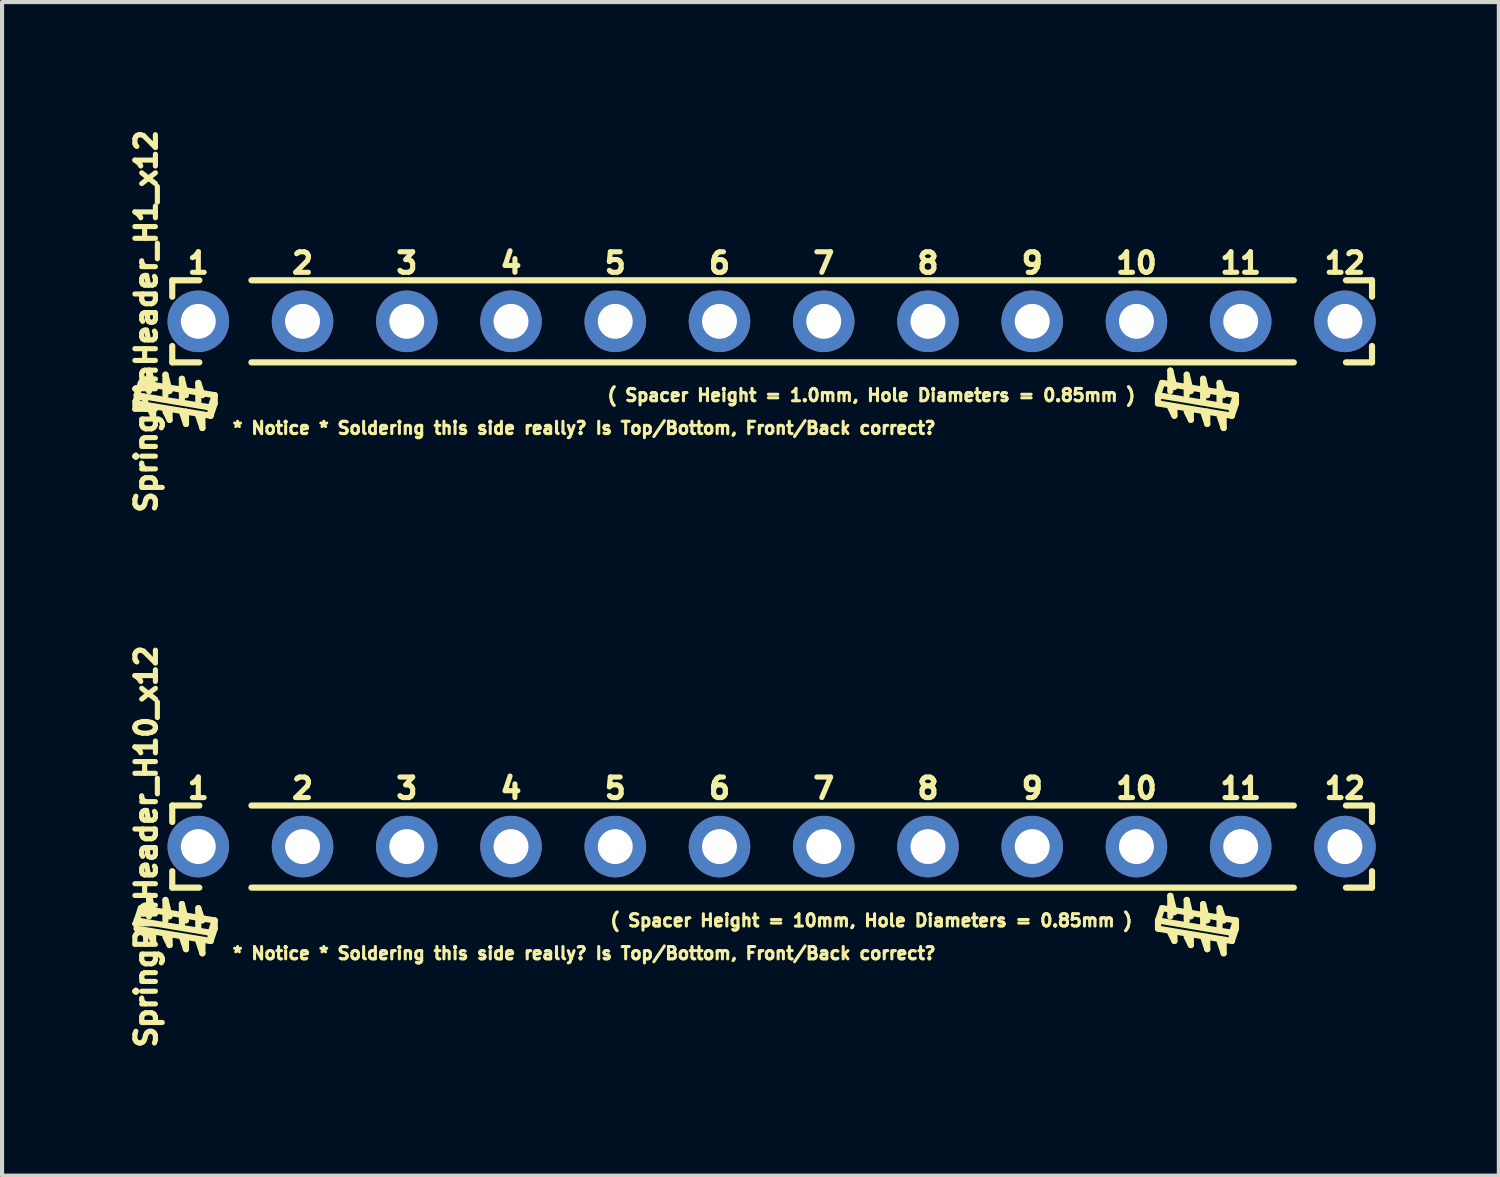
<source format=kicad_pcb>
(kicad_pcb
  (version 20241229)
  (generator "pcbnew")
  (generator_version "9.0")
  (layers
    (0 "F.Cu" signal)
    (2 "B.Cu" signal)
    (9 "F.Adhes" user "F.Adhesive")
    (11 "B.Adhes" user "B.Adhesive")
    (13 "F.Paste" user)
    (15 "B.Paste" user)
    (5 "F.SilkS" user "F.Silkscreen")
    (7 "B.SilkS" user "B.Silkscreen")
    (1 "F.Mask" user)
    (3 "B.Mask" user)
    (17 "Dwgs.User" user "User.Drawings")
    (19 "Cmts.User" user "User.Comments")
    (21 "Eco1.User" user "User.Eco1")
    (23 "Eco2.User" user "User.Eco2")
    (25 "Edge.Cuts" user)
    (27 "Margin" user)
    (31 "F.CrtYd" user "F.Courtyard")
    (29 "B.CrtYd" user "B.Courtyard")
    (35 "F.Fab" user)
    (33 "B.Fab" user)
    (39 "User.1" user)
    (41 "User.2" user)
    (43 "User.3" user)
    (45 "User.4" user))
  (footprint "SpringPinHeader_H10_x12"
    (layer "F.Cu")
    (at 1.782 17.579)
    (property "Reference" "SpringPinHeader_H10_x12" (at -1.27 0 90) (layer "F.SilkS") (effects (font (size 0.5 0.5) (thickness 0.125))))
    (attr through_hole)
    (fp_line (start -1.5 1.8) (end -1.5 2) (stroke (width 0.15) (type solid)) (layer "F.SilkS"))
    (fp_line (start -1.5 1.8) (end 0.3 2.1) (stroke (width 0.15) (type solid)) (layer "F.SilkS"))
    (fp_line (start -1.5 2) (end 0.3 2.3) (stroke (width 0.15) (type solid)) (layer "F.SilkS"))
    (fp_line (start -1.4 1.5) (end -1.5 1.8) (stroke (width 0.15) (type solid)) (layer "F.SilkS"))
    (fp_line (start -1.2 1.2) (end -1.1 1.6) (stroke (width 0.15) (type solid)) (layer "F.SilkS"))
    (fp_line (start -1.2 1.7) (end -1.2 1.2) (stroke (width 0.15) (type solid)) (layer "F.SilkS"))
    (fp_line (start -1.2 2.1) (end -1.1 2.3) (stroke (width 0.15) (type solid)) (layer "F.SilkS"))
    (fp_line (start -1.1 2.3) (end -1.1 2.1) (stroke (width 0.15) (type solid)) (layer "F.SilkS"))
    (fp_line (start -0.8 1.3) (end -0.7 1.7) (stroke (width 0.15) (type solid)) (layer "F.SilkS"))
    (fp_line (start -0.8 1.8) (end -0.8 1.3) (stroke (width 0.15) (type solid)) (layer "F.SilkS"))
    (fp_line (start -0.8 2.2) (end -0.7 2.4) (stroke (width 0.15) (type solid)) (layer "F.SilkS"))
    (fp_line (start -0.7 2.4) (end -0.7 2.2) (stroke (width 0.15) (type solid)) (layer "F.SilkS"))
    (fp_line (start -0.635 -1) (end -0.635 -0.6) (stroke (width 0.15) (type solid)) (layer "F.SilkS"))
    (fp_line (start -0.635 -1) (end 0.025 -1) (stroke (width 0.15) (type solid)) (layer "F.SilkS"))
    (fp_line (start -0.635 1) (end -0.635 0.6) (stroke (width 0.15) (type solid)) (layer "F.SilkS"))
    (fp_line (start -0.635 1) (end 0.025 1) (stroke (width 0.15) (type solid)) (layer "F.SilkS"))
    (fp_line (start -0.4 1.4) (end -0.3 1.8) (stroke (width 0.15) (type solid)) (layer "F.SilkS"))
    (fp_line (start -0.4 1.9) (end -0.4 1.4) (stroke (width 0.15) (type solid)) (layer "F.SilkS"))
    (fp_line (start -0.4 2.2) (end -0.3 2.5) (stroke (width 0.15) (type solid)) (layer "F.SilkS"))
    (fp_line (start -0.3 2.5) (end -0.3 2.2) (stroke (width 0.15) (type solid)) (layer "F.SilkS"))
    (fp_line (start 0 1.5) (end 0.1 1.8) (stroke (width 0.15) (type solid)) (layer "F.SilkS"))
    (fp_line (start 0 2) (end 0 1.5) (stroke (width 0.15) (type solid)) (layer "F.SilkS"))
    (fp_line (start 0 2.3) (end 0.1 2.6) (stroke (width 0.15) (type solid)) (layer "F.SilkS"))
    (fp_line (start 0.1 2.6) (end 0.1 2.3) (stroke (width 0.15) (type solid)) (layer "F.SilkS"))
    (fp_line (start 0.3 2.1) (end 0.4 1.8) (stroke (width 0.15) (type solid)) (layer "F.SilkS"))
    (fp_line (start 0.3 2.3) (end 0.3 2.1) (stroke (width 0.15) (type solid)) (layer "F.SilkS"))
    (fp_line (start 0.4 1.8) (end -1.4 1.5) (stroke (width 0.15) (type solid)) (layer "F.SilkS"))
    (fp_line (start 0.4 1.8) (end 0.4 2) (stroke (width 0.15) (type solid)) (layer "F.SilkS"))
    (fp_line (start 0.4 2) (end 0.3 2.3) (stroke (width 0.15) (type solid)) (layer "F.SilkS"))
    (fp_line (start 1.295 -1) (end 26.695 -1) (stroke (width 0.15) (type solid)) (layer "F.SilkS"))
    (fp_line (start 23.385 1.8) (end 23.385 2) (stroke (width 0.15) (type solid)) (layer "F.SilkS"))
    (fp_line (start 23.385 1.8) (end 25.185 2.1) (stroke (width 0.15) (type solid)) (layer "F.SilkS"))
    (fp_line (start 23.385 2) (end 25.185 2.3) (stroke (width 0.15) (type solid)) (layer "F.SilkS"))
    (fp_line (start 23.485 1.5) (end 23.385 1.8) (stroke (width 0.15) (type solid)) (layer "F.SilkS"))
    (fp_line (start 23.685 1.2) (end 23.785 1.6) (stroke (width 0.15) (type solid)) (layer "F.SilkS"))
    (fp_line (start 23.685 1.7) (end 23.685 1.2) (stroke (width 0.15) (type solid)) (layer "F.SilkS"))
    (fp_line (start 23.685 2.1) (end 23.785 2.3) (stroke (width 0.15) (type solid)) (layer "F.SilkS"))
    (fp_line (start 23.785 2.3) (end 23.785 2.1) (stroke (width 0.15) (type solid)) (layer "F.SilkS"))
    (fp_line (start 24.085 1.3) (end 24.185 1.7) (stroke (width 0.15) (type solid)) (layer "F.SilkS"))
    (fp_line (start 24.085 1.8) (end 24.085 1.3) (stroke (width 0.15) (type solid)) (layer "F.SilkS"))
    (fp_line (start 24.085 2.2) (end 24.185 2.4) (stroke (width 0.15) (type solid)) (layer "F.SilkS"))
    (fp_line (start 24.185 2.4) (end 24.185 2.2) (stroke (width 0.15) (type solid)) (layer "F.SilkS"))
    (fp_line (start 24.485 1.4) (end 24.585 1.8) (stroke (width 0.15) (type solid)) (layer "F.SilkS"))
    (fp_line (start 24.485 1.9) (end 24.485 1.4) (stroke (width 0.15) (type solid)) (layer "F.SilkS"))
    (fp_line (start 24.485 2.2) (end 24.585 2.5) (stroke (width 0.15) (type solid)) (layer "F.SilkS"))
    (fp_line (start 24.585 2.5) (end 24.585 2.2) (stroke (width 0.15) (type solid)) (layer "F.SilkS"))
    (fp_line (start 24.885 1.5) (end 24.985 1.8) (stroke (width 0.15) (type solid)) (layer "F.SilkS"))
    (fp_line (start 24.885 2) (end 24.885 1.5) (stroke (width 0.15) (type solid)) (layer "F.SilkS"))
    (fp_line (start 24.885 2.3) (end 24.985 2.6) (stroke (width 0.15) (type solid)) (layer "F.SilkS"))
    (fp_line (start 24.985 2.6) (end 24.985 2.3) (stroke (width 0.15) (type solid)) (layer "F.SilkS"))
    (fp_line (start 25.185 2.1) (end 25.285 1.8) (stroke (width 0.15) (type solid)) (layer "F.SilkS"))
    (fp_line (start 25.185 2.3) (end 25.185 2.1) (stroke (width 0.15) (type solid)) (layer "F.SilkS"))
    (fp_line (start 25.285 1.8) (end 23.485 1.5) (stroke (width 0.15) (type solid)) (layer "F.SilkS"))
    (fp_line (start 25.285 1.8) (end 25.285 2) (stroke (width 0.15) (type solid)) (layer "F.SilkS"))
    (fp_line (start 25.285 2) (end 25.185 2.3) (stroke (width 0.15) (type solid)) (layer "F.SilkS"))
    (fp_line (start 26.695 1) (end 1.295 1) (stroke (width 0.15) (type solid)) (layer "F.SilkS"))
    (fp_line (start 28.6 -1) (end 27.965 -1) (stroke (width 0.15) (type solid)) (layer "F.SilkS"))
    (fp_line (start 28.6 -1) (end 28.6 -0.6) (stroke (width 0.15) (type solid)) (layer "F.SilkS"))
    (fp_line (start 28.6 0.6) (end 28.6 1) (stroke (width 0.15) (type solid)) (layer "F.SilkS"))
    (fp_line (start 28.6 1) (end 27.965 1) (stroke (width 0.15) (type solid)) (layer "F.SilkS"))
    (fp_text user "6" (at 12.7 -1.42 0) (layer "F.SilkS") (effects (font (size 0.5 0.5) (thickness 0.125))))
    (fp_text user "12" (at 27.94 -1.42 0) (layer "F.SilkS") (effects (font (size 0.5 0.5) (thickness 0.125))))
    (fp_text user "10" (at 22.86 -1.42 0) (layer "F.SilkS") (effects (font (size 0.5 0.5) (thickness 0.125))))
    (fp_text user "5" (at 10.16 -1.42 0) (layer "F.SilkS") (effects (font (size 0.5 0.5) (thickness 0.125))))
    (fp_text user "2" (at 2.54 -1.42 0) (layer "F.SilkS") (effects (font (size 0.5 0.5) (thickness 0.125))))
    (fp_text user "9" (at 20.32 -1.42 0) (layer "F.SilkS") (effects (font (size 0.5 0.5) (thickness 0.125))))
    (fp_text user "( Spacer Height = 10mm, Hole Diameters = 0.85mm )" (at 16.4 1.8 0) (layer "F.SilkS") (effects (font (size 0.3 0.3) (thickness 0.075))))
    (fp_text user "3" (at 5.08 -1.42 0) (layer "F.SilkS") (effects (font (size 0.5 0.5) (thickness 0.125))))
    (fp_text user "8" (at 17.78 -1.42 0) (layer "F.SilkS") (effects (font (size 0.5 0.5) (thickness 0.125))))
    (fp_text user "7" (at 15.24 -1.42 0) (layer "F.SilkS") (effects (font (size 0.5 0.5) (thickness 0.125))))
    (fp_text user "1" (at 0 -1.42 0) (layer "F.SilkS") (effects (font (size 0.5 0.5) (thickness 0.125))))
    (fp_text user "11" (at 25.4 -1.42 0) (layer "F.SilkS") (effects (font (size 0.5 0.5) (thickness 0.125))))
    (fp_text user "4" (at 7.62 -1.42 0) (layer "F.SilkS") (effects (font (size 0.5 0.5) (thickness 0.125))))
    (fp_text user "* Notice * Soldering this side really? Is Top/Bottom, Front/Back correct?" (at 9.4 2.6 0) (layer "F.SilkS") (effects (font (size 0.3 0.3) (thickness 0.075))))
    (pad "1" thru_hole circle (at 0 0 90) (size 1.5 1.5) (drill 0.85) (layers "*.Cu" "*.Mask"))
    (pad "2" thru_hole circle (at 2.54 0) (size 1.5 1.5) (drill 0.85) (layers "*.Cu" "*.Mask"))
    (pad "3" thru_hole circle (at 5.08 0) (size 1.5 1.5) (drill 0.85) (layers "*.Cu" "*.Mask"))
    (pad "4" thru_hole circle (at 7.62 0) (size 1.5 1.5) (drill 0.85) (layers "*.Cu" "*.Mask"))
    (pad "5" thru_hole circle (at 10.16 0) (size 1.5 1.5) (drill 0.85) (layers "*.Cu" "*.Mask"))
    (pad "6" thru_hole circle (at 12.7 0) (size 1.5 1.5) (drill 0.85) (layers "*.Cu" "*.Mask"))
    (pad "7" thru_hole circle (at 15.24 0) (size 1.5 1.5) (drill 0.85) (layers "*.Cu" "*.Mask"))
    (pad "8" thru_hole circle (at 17.78 0) (size 1.5 1.5) (drill 0.85) (layers "*.Cu" "*.Mask"))
    (pad "9" thru_hole circle (at 20.32 0) (size 1.5 1.5) (drill 0.85) (layers "*.Cu" "*.Mask"))
    (pad "10" thru_hole circle (at 22.86 0) (size 1.5 1.5) (drill 0.85) (layers "*.Cu" "*.Mask"))
    (pad "11" thru_hole circle (at 25.4 0) (size 1.5 1.5) (drill 0.85) (layers "*.Cu" "*.Mask"))
    (pad "12" thru_hole circle (at 27.94 0) (size 1.5 1.5) (drill 0.85) (layers "*.Cu" "*.Mask")))
  (footprint "SpringPinHeader_H1_x12"
    (layer "F.Cu")
    (at 1.782 4.78)
    (property "Reference" "SpringPinHeader_H1_x12" (at -1.27 0 90) (layer "F.SilkS") (effects (font (size 0.5 0.5) (thickness 0.125))))
    (attr through_hole)
    (fp_line (start -1.5 1.8) (end -1.5 2) (stroke (width 0.15) (type solid)) (layer "F.SilkS"))
    (fp_line (start -1.5 1.8) (end 0.3 2.1) (stroke (width 0.15) (type solid)) (layer "F.SilkS"))
    (fp_line (start -1.5 2) (end 0.3 2.3) (stroke (width 0.15) (type solid)) (layer "F.SilkS"))
    (fp_line (start -1.4 1.5) (end -1.5 1.8) (stroke (width 0.15) (type solid)) (layer "F.SilkS"))
    (fp_line (start -1.2 1.2) (end -1.1 1.6) (stroke (width 0.15) (type solid)) (layer "F.SilkS"))
    (fp_line (start -1.2 1.7) (end -1.2 1.2) (stroke (width 0.15) (type solid)) (layer "F.SilkS"))
    (fp_line (start -1.2 2.1) (end -1.1 2.3) (stroke (width 0.15) (type solid)) (layer "F.SilkS"))
    (fp_line (start -1.1 2.3) (end -1.1 2.1) (stroke (width 0.15) (type solid)) (layer "F.SilkS"))
    (fp_line (start -0.8 1.3) (end -0.7 1.7) (stroke (width 0.15) (type solid)) (layer "F.SilkS"))
    (fp_line (start -0.8 1.8) (end -0.8 1.3) (stroke (width 0.15) (type solid)) (layer "F.SilkS"))
    (fp_line (start -0.8 2.2) (end -0.7 2.4) (stroke (width 0.15) (type solid)) (layer "F.SilkS"))
    (fp_line (start -0.7 2.4) (end -0.7 2.2) (stroke (width 0.15) (type solid)) (layer "F.SilkS"))
    (fp_line (start -0.635 -1) (end -0.635 -0.6) (stroke (width 0.15) (type solid)) (layer "F.SilkS"))
    (fp_line (start -0.635 -1) (end 0.025 -1) (stroke (width 0.15) (type solid)) (layer "F.SilkS"))
    (fp_line (start -0.635 1) (end -0.635 0.6) (stroke (width 0.15) (type solid)) (layer "F.SilkS"))
    (fp_line (start -0.635 1) (end 0.025 1) (stroke (width 0.15) (type solid)) (layer "F.SilkS"))
    (fp_line (start -0.4 1.4) (end -0.3 1.8) (stroke (width 0.15) (type solid)) (layer "F.SilkS"))
    (fp_line (start -0.4 1.9) (end -0.4 1.4) (stroke (width 0.15) (type solid)) (layer "F.SilkS"))
    (fp_line (start -0.4 2.2) (end -0.3 2.5) (stroke (width 0.15) (type solid)) (layer "F.SilkS"))
    (fp_line (start -0.3 2.5) (end -0.3 2.2) (stroke (width 0.15) (type solid)) (layer "F.SilkS"))
    (fp_line (start 0 1.5) (end 0.1 1.8) (stroke (width 0.15) (type solid)) (layer "F.SilkS"))
    (fp_line (start 0 2) (end 0 1.5) (stroke (width 0.15) (type solid)) (layer "F.SilkS"))
    (fp_line (start 0 2.3) (end 0.1 2.6) (stroke (width 0.15) (type solid)) (layer "F.SilkS"))
    (fp_line (start 0.1 2.6) (end 0.1 2.3) (stroke (width 0.15) (type solid)) (layer "F.SilkS"))
    (fp_line (start 0.3 2.1) (end 0.4 1.8) (stroke (width 0.15) (type solid)) (layer "F.SilkS"))
    (fp_line (start 0.3 2.3) (end 0.3 2.1) (stroke (width 0.15) (type solid)) (layer "F.SilkS"))
    (fp_line (start 0.4 1.8) (end -1.4 1.5) (stroke (width 0.15) (type solid)) (layer "F.SilkS"))
    (fp_line (start 0.4 1.8) (end 0.4 2) (stroke (width 0.15) (type solid)) (layer "F.SilkS"))
    (fp_line (start 0.4 2) (end 0.3 2.3) (stroke (width 0.15) (type solid)) (layer "F.SilkS"))
    (fp_line (start 1.295 -1) (end 26.695 -1) (stroke (width 0.15) (type solid)) (layer "F.SilkS"))
    (fp_line (start 23.385 1.8) (end 23.385 2) (stroke (width 0.15) (type solid)) (layer "F.SilkS"))
    (fp_line (start 23.385 1.8) (end 25.185 2.1) (stroke (width 0.15) (type solid)) (layer "F.SilkS"))
    (fp_line (start 23.385 2) (end 25.185 2.3) (stroke (width 0.15) (type solid)) (layer "F.SilkS"))
    (fp_line (start 23.485 1.5) (end 23.385 1.8) (stroke (width 0.15) (type solid)) (layer "F.SilkS"))
    (fp_line (start 23.685 1.2) (end 23.785 1.6) (stroke (width 0.15) (type solid)) (layer "F.SilkS"))
    (fp_line (start 23.685 1.7) (end 23.685 1.2) (stroke (width 0.15) (type solid)) (layer "F.SilkS"))
    (fp_line (start 23.685 2.1) (end 23.785 2.3) (stroke (width 0.15) (type solid)) (layer "F.SilkS"))
    (fp_line (start 23.785 2.3) (end 23.785 2.1) (stroke (width 0.15) (type solid)) (layer "F.SilkS"))
    (fp_line (start 24.085 1.3) (end 24.185 1.7) (stroke (width 0.15) (type solid)) (layer "F.SilkS"))
    (fp_line (start 24.085 1.8) (end 24.085 1.3) (stroke (width 0.15) (type solid)) (layer "F.SilkS"))
    (fp_line (start 24.085 2.2) (end 24.185 2.4) (stroke (width 0.15) (type solid)) (layer "F.SilkS"))
    (fp_line (start 24.185 2.4) (end 24.185 2.2) (stroke (width 0.15) (type solid)) (layer "F.SilkS"))
    (fp_line (start 24.485 1.4) (end 24.585 1.8) (stroke (width 0.15) (type solid)) (layer "F.SilkS"))
    (fp_line (start 24.485 1.9) (end 24.485 1.4) (stroke (width 0.15) (type solid)) (layer "F.SilkS"))
    (fp_line (start 24.485 2.2) (end 24.585 2.5) (stroke (width 0.15) (type solid)) (layer "F.SilkS"))
    (fp_line (start 24.585 2.5) (end 24.585 2.2) (stroke (width 0.15) (type solid)) (layer "F.SilkS"))
    (fp_line (start 24.885 1.5) (end 24.985 1.8) (stroke (width 0.15) (type solid)) (layer "F.SilkS"))
    (fp_line (start 24.885 2) (end 24.885 1.5) (stroke (width 0.15) (type solid)) (layer "F.SilkS"))
    (fp_line (start 24.885 2.3) (end 24.985 2.6) (stroke (width 0.15) (type solid)) (layer "F.SilkS"))
    (fp_line (start 24.985 2.6) (end 24.985 2.3) (stroke (width 0.15) (type solid)) (layer "F.SilkS"))
    (fp_line (start 25.185 2.1) (end 25.285 1.8) (stroke (width 0.15) (type solid)) (layer "F.SilkS"))
    (fp_line (start 25.185 2.3) (end 25.185 2.1) (stroke (width 0.15) (type solid)) (layer "F.SilkS"))
    (fp_line (start 25.285 1.8) (end 23.485 1.5) (stroke (width 0.15) (type solid)) (layer "F.SilkS"))
    (fp_line (start 25.285 1.8) (end 25.285 2) (stroke (width 0.15) (type solid)) (layer "F.SilkS"))
    (fp_line (start 25.285 2) (end 25.185 2.3) (stroke (width 0.15) (type solid)) (layer "F.SilkS"))
    (fp_line (start 26.695 1) (end 1.295 1) (stroke (width 0.15) (type solid)) (layer "F.SilkS"))
    (fp_line (start 28.6 -1) (end 27.965 -1) (stroke (width 0.15) (type solid)) (layer "F.SilkS"))
    (fp_line (start 28.6 -1) (end 28.6 -0.6) (stroke (width 0.15) (type solid)) (layer "F.SilkS"))
    (fp_line (start 28.6 0.6) (end 28.6 1) (stroke (width 0.15) (type solid)) (layer "F.SilkS"))
    (fp_line (start 28.6 1) (end 27.965 1) (stroke (width 0.15) (type solid)) (layer "F.SilkS"))
    (fp_text user "4" (at 7.62 -1.42 0) (layer "F.SilkS") (effects (font (size 0.5 0.5) (thickness 0.125))))
    (fp_text user "( Spacer Height = 1.0mm, Hole Diameters = 0.85mm )" (at 16.4 1.8 0) (layer "F.SilkS") (effects (font (size 0.3 0.3) (thickness 0.075))))
    (fp_text user "6" (at 12.7 -1.42 0) (layer "F.SilkS") (effects (font (size 0.5 0.5) (thickness 0.125))))
    (fp_text user "10" (at 22.86 -1.42 0) (layer "F.SilkS") (effects (font (size 0.5 0.5) (thickness 0.125))))
    (fp_text user "12" (at 27.94 -1.42 0) (layer "F.SilkS") (effects (font (size 0.5 0.5) (thickness 0.125))))
    (fp_text user "2" (at 2.54 -1.42 0) (layer "F.SilkS") (effects (font (size 0.5 0.5) (thickness 0.125))))
    (fp_text user "3" (at 5.08 -1.42 0) (layer "F.SilkS") (effects (font (size 0.5 0.5) (thickness 0.125))))
    (fp_text user "* Notice * Soldering this side really? Is Top/Bottom, Front/Back correct?" (at 9.4 2.6 0) (layer "F.SilkS") (effects (font (size 0.3 0.3) (thickness 0.075))))
    (fp_text user "5" (at 10.16 -1.42 0) (layer "F.SilkS") (effects (font (size 0.5 0.5) (thickness 0.125))))
    (fp_text user "8" (at 17.78 -1.42 0) (layer "F.SilkS") (effects (font (size 0.5 0.5) (thickness 0.125))))
    (fp_text user "1" (at 0 -1.42 0) (layer "F.SilkS") (effects (font (size 0.5 0.5) (thickness 0.125))))
    (fp_text user "7" (at 15.24 -1.42 0) (layer "F.SilkS") (effects (font (size 0.5 0.5) (thickness 0.125))))
    (fp_text user "9" (at 20.32 -1.42 0) (layer "F.SilkS") (effects (font (size 0.5 0.5) (thickness 0.125))))
    (fp_text user "11" (at 25.4 -1.42 0) (layer "F.SilkS") (effects (font (size 0.5 0.5) (thickness 0.125))))
    (pad "1" thru_hole circle (at 0 0 90) (size 1.5 1.5) (drill 0.85) (layers "*.Cu" "*.Mask"))
    (pad "2" thru_hole circle (at 2.54 0) (size 1.5 1.5) (drill 0.85) (layers "*.Cu" "*.Mask"))
    (pad "3" thru_hole circle (at 5.08 0) (size 1.5 1.5) (drill 0.85) (layers "*.Cu" "*.Mask"))
    (pad "4" thru_hole circle (at 7.62 0) (size 1.5 1.5) (drill 0.85) (layers "*.Cu" "*.Mask"))
    (pad "5" thru_hole circle (at 10.16 0) (size 1.5 1.5) (drill 0.85) (layers "*.Cu" "*.Mask"))
    (pad "6" thru_hole circle (at 12.7 0) (size 1.5 1.5) (drill 0.85) (layers "*.Cu" "*.Mask"))
    (pad "7" thru_hole circle (at 15.24 0) (size 1.5 1.5) (drill 0.85) (layers "*.Cu" "*.Mask"))
    (pad "8" thru_hole circle (at 17.78 0) (size 1.5 1.5) (drill 0.85) (layers "*.Cu" "*.Mask"))
    (pad "9" thru_hole circle (at 20.32 0) (size 1.5 1.5) (drill 0.85) (layers "*.Cu" "*.Mask"))
    (pad "10" thru_hole circle (at 22.86 0) (size 1.5 1.5) (drill 0.85) (layers "*.Cu" "*.Mask"))
    (pad "11" thru_hole circle (at 25.4 0) (size 1.5 1.5) (drill 0.85) (layers "*.Cu" "*.Mask"))
    (pad "12" thru_hole circle (at 27.94 0) (size 1.5 1.5) (drill 0.85) (layers "*.Cu" "*.Mask")))
  (gr_rect
    (start -3 -3)
    (end 33.472 25.598)
    (stroke (width 0.1) (type default))
    (fill no)
    (layer "Edge.Cuts")))
</source>
